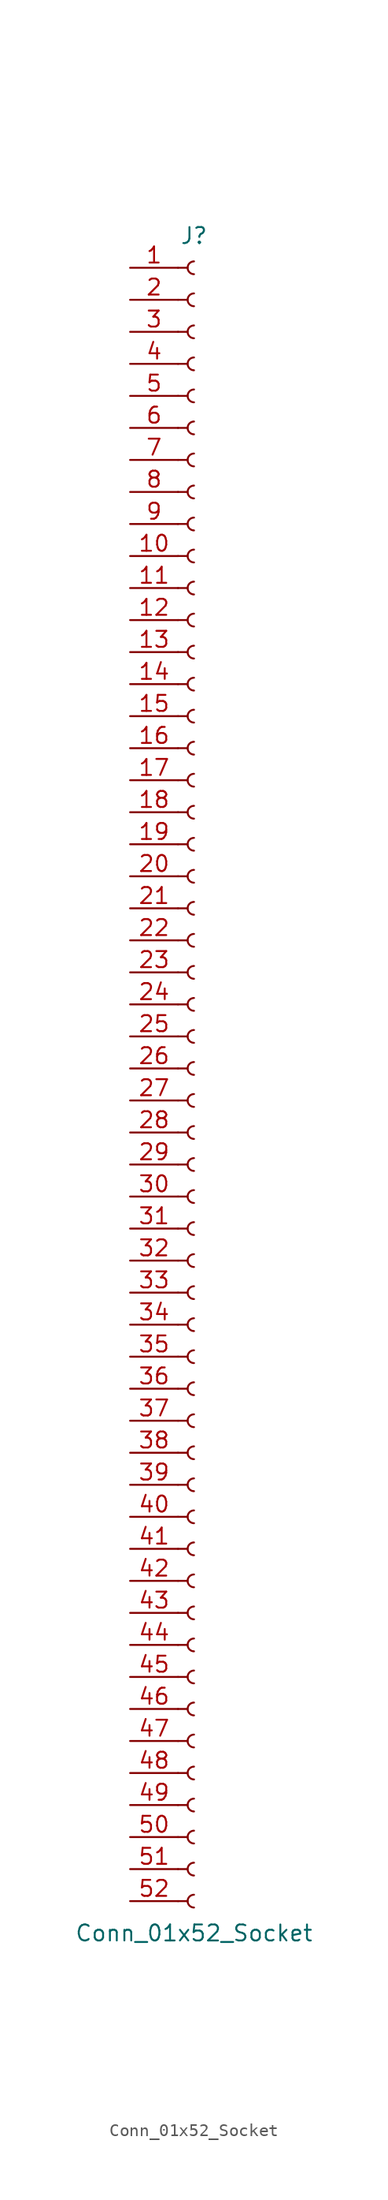
<source format=kicad_sym>
(kicad_symbol_lib
  (version 20220914)
  (generator kicad_symbol_editor)
  (symbol "Conn_01x52_Socket"
    (pin_names
      (offset 1.016) hide)
    (property "Reference" "J"
      (at 0 66.04 0)
      (effects (font (size 1.27 1.27))))
    (property "Value" "Conn_01x52_Socket"
      (at 0 -68.58 0)
      (effects (font (size 1.27 1.27))))
    (property "ki_locked" ""
      (at 0 0 0)
      (effects (font (size 1.27 1.27))))
    (symbol "Conn_01x52_Socket_1_1"
      (arc (start 0 -65.532) (mid -0.5058 -66.04) (end 0 -66.548) (stroke (width 0.1524) (type default)) (fill (type none)))
      (arc (start 0 -62.992) (mid -0.5058 -63.5) (end 0 -64.008) (stroke (width 0.1524) (type default)) (fill (type none)))
      (arc (start 0 -60.452) (mid -0.5058 -60.96) (end 0 -61.468) (stroke (width 0.1524) (type default)) (fill (type none)))
      (arc (start 0 -57.912) (mid -0.5058 -58.42) (end 0 -58.928) (stroke (width 0.1524) (type default)) (fill (type none)))
      (arc (start 0 -55.372) (mid -0.5058 -55.88) (end 0 -56.388) (stroke (width 0.1524) (type default)) (fill (type none)))
      (arc (start 0 -52.832) (mid -0.5058 -53.34) (end 0 -53.848) (stroke (width 0.1524) (type default)) (fill (type none)))
      (arc (start 0 -50.292) (mid -0.5058 -50.8) (end 0 -51.308) (stroke (width 0.1524) (type default)) (fill (type none)))
      (arc (start 0 -47.752) (mid -0.5058 -48.26) (end 0 -48.768) (stroke (width 0.1524) (type default)) (fill (type none)))
      (arc (start 0 -45.212) (mid -0.5058 -45.72) (end 0 -46.228) (stroke (width 0.1524) (type default)) (fill (type none)))
      (arc (start 0 -42.672) (mid -0.5058 -43.18) (end 0 -43.688) (stroke (width 0.1524) (type default)) (fill (type none)))
      (arc (start 0 -40.132) (mid -0.5058 -40.64) (end 0 -41.148) (stroke (width 0.1524) (type default)) (fill (type none)))
      (arc (start 0 -37.592) (mid -0.5058 -38.1) (end 0 -38.608) (stroke (width 0.1524) (type default)) (fill (type none)))
      (arc (start 0 -35.052) (mid -0.5058 -35.56) (end 0 -36.068) (stroke (width 0.1524) (type default)) (fill (type none)))
      (arc (start 0 -32.512) (mid -0.5058 -33.02) (end 0 -33.528) (stroke (width 0.1524) (type default)) (fill (type none)))
      (arc (start 0 -29.972) (mid -0.5058 -30.48) (end 0 -30.988) (stroke (width 0.1524) (type default)) (fill (type none)))
      (arc (start 0 -27.432) (mid -0.5058 -27.94) (end 0 -28.448) (stroke (width 0.1524) (type default)) (fill (type none)))
      (arc (start 0 -24.892) (mid -0.5058 -25.4) (end 0 -25.908) (stroke (width 0.1524) (type default)) (fill (type none)))
      (arc (start 0 -22.352) (mid -0.5058 -22.86) (end 0 -23.368) (stroke (width 0.1524) (type default)) (fill (type none)))
      (arc (start 0 -19.812) (mid -0.5058 -20.32) (end 0 -20.828) (stroke (width 0.1524) (type default)) (fill (type none)))
      (arc (start 0 -17.272) (mid -0.5058 -17.78) (end 0 -18.288) (stroke (width 0.1524) (type default)) (fill (type none)))
      (arc (start 0 -14.732) (mid -0.5058 -15.24) (end 0 -15.748) (stroke (width 0.1524) (type default)) (fill (type none)))
      (arc (start 0 -12.192) (mid -0.5058 -12.7) (end 0 -13.208) (stroke (width 0.1524) (type default)) (fill (type none)))
      (arc (start 0 -9.652) (mid -0.5058 -10.16) (end 0 -10.668) (stroke (width 0.1524) (type default)) (fill (type none)))
      (arc (start 0 -7.112) (mid -0.5058 -7.62) (end 0 -8.128) (stroke (width 0.1524) (type default)) (fill (type none)))
      (arc (start 0 -4.572) (mid -0.5058 -5.08) (end 0 -5.588) (stroke (width 0.1524) (type default)) (fill (type none)))
      (arc (start 0 -2.032) (mid -0.5058 -2.54) (end 0 -3.048) (stroke (width 0.1524) (type default)) (fill (type none)))
      (polyline (pts (xy -1.27 -66.04) (xy -0.508 -66.04)) (stroke (width 0.152) (type default)) (fill (type none)))
      (polyline (pts (xy -1.27 -63.5) (xy -0.508 -63.5)) (stroke (width 0.152) (type default)) (fill (type none)))
      (polyline (pts (xy -1.27 -60.96) (xy -0.508 -60.96)) (stroke (width 0.152) (type default)) (fill (type none)))
      (polyline (pts (xy -1.27 -58.42) (xy -0.508 -58.42)) (stroke (width 0.152) (type default)) (fill (type none)))
      (polyline (pts (xy -1.27 -55.88) (xy -0.508 -55.88)) (stroke (width 0.152) (type default)) (fill (type none)))
      (polyline (pts (xy -1.27 -53.34) (xy -0.508 -53.34)) (stroke (width 0.152) (type default)) (fill (type none)))
      (polyline (pts (xy -1.27 -50.8) (xy -0.508 -50.8)) (stroke (width 0.152) (type default)) (fill (type none)))
      (polyline (pts (xy -1.27 -48.26) (xy -0.508 -48.26)) (stroke (width 0.152) (type default)) (fill (type none)))
      (polyline (pts (xy -1.27 -45.72) (xy -0.508 -45.72)) (stroke (width 0.152) (type default)) (fill (type none)))
      (polyline (pts (xy -1.27 -43.18) (xy -0.508 -43.18)) (stroke (width 0.152) (type default)) (fill (type none)))
      (polyline (pts (xy -1.27 -40.64) (xy -0.508 -40.64)) (stroke (width 0.152) (type default)) (fill (type none)))
      (polyline (pts (xy -1.27 -38.1) (xy -0.508 -38.1)) (stroke (width 0.152) (type default)) (fill (type none)))
      (polyline (pts (xy -1.27 -35.56) (xy -0.508 -35.56)) (stroke (width 0.152) (type default)) (fill (type none)))
      (polyline (pts (xy -1.27 -33.02) (xy -0.508 -33.02)) (stroke (width 0.152) (type default)) (fill (type none)))
      (polyline (pts (xy -1.27 -30.48) (xy -0.508 -30.48)) (stroke (width 0.152) (type default)) (fill (type none)))
      (polyline (pts (xy -1.27 -27.94) (xy -0.508 -27.94)) (stroke (width 0.152) (type default)) (fill (type none)))
      (polyline (pts (xy -1.27 -25.4) (xy -0.508 -25.4)) (stroke (width 0.152) (type default)) (fill (type none)))
      (polyline (pts (xy -1.27 -22.86) (xy -0.508 -22.86)) (stroke (width 0.152) (type default)) (fill (type none)))
      (polyline (pts (xy -1.27 -20.32) (xy -0.508 -20.32)) (stroke (width 0.152) (type default)) (fill (type none)))
      (polyline (pts (xy -1.27 -17.78) (xy -0.508 -17.78)) (stroke (width 0.152) (type default)) (fill (type none)))
      (polyline (pts (xy -1.27 -15.24) (xy -0.508 -15.24)) (stroke (width 0.152) (type default)) (fill (type none)))
      (polyline (pts (xy -1.27 -12.7) (xy -0.508 -12.7)) (stroke (width 0.152) (type default)) (fill (type none)))
      (polyline (pts (xy -1.27 -10.16) (xy -0.508 -10.16)) (stroke (width 0.152) (type default)) (fill (type none)))
      (polyline (pts (xy -1.27 -7.62) (xy -0.508 -7.62)) (stroke (width 0.152) (type default)) (fill (type none)))
      (polyline (pts (xy -1.27 -5.08) (xy -0.508 -5.08)) (stroke (width 0.152) (type default)) (fill (type none)))
      (polyline (pts (xy -1.27 -2.54) (xy -0.508 -2.54)) (stroke (width 0.152) (type default)) (fill (type none)))
      (polyline (pts (xy -1.27 0) (xy -0.508 0)) (stroke (width 0.152) (type default)) (fill (type none)))
      (polyline (pts (xy -1.27 2.54) (xy -0.508 2.54)) (stroke (width 0.152) (type default)) (fill (type none)))
      (polyline (pts (xy -1.27 5.08) (xy -0.508 5.08)) (stroke (width 0.152) (type default)) (fill (type none)))
      (polyline (pts (xy -1.27 7.62) (xy -0.508 7.62)) (stroke (width 0.152) (type default)) (fill (type none)))
      (polyline (pts (xy -1.27 10.16) (xy -0.508 10.16)) (stroke (width 0.152) (type default)) (fill (type none)))
      (polyline (pts (xy -1.27 12.7) (xy -0.508 12.7)) (stroke (width 0.152) (type default)) (fill (type none)))
      (polyline (pts (xy -1.27 15.24) (xy -0.508 15.24)) (stroke (width 0.152) (type default)) (fill (type none)))
      (polyline (pts (xy -1.27 17.78) (xy -0.508 17.78)) (stroke (width 0.152) (type default)) (fill (type none)))
      (polyline (pts (xy -1.27 20.32) (xy -0.508 20.32)) (stroke (width 0.152) (type default)) (fill (type none)))
      (polyline (pts (xy -1.27 22.86) (xy -0.508 22.86)) (stroke (width 0.152) (type default)) (fill (type none)))
      (polyline (pts (xy -1.27 25.4) (xy -0.508 25.4)) (stroke (width 0.152) (type default)) (fill (type none)))
      (polyline (pts (xy -1.27 27.94) (xy -0.508 27.94)) (stroke (width 0.152) (type default)) (fill (type none)))
      (polyline (pts (xy -1.27 30.48) (xy -0.508 30.48)) (stroke (width 0.152) (type default)) (fill (type none)))
      (polyline (pts (xy -1.27 33.02) (xy -0.508 33.02)) (stroke (width 0.152) (type default)) (fill (type none)))
      (polyline (pts (xy -1.27 35.56) (xy -0.508 35.56)) (stroke (width 0.152) (type default)) (fill (type none)))
      (polyline (pts (xy -1.27 38.1) (xy -0.508 38.1)) (stroke (width 0.152) (type default)) (fill (type none)))
      (polyline (pts (xy -1.27 40.64) (xy -0.508 40.64)) (stroke (width 0.152) (type default)) (fill (type none)))
      (polyline (pts (xy -1.27 43.18) (xy -0.508 43.18)) (stroke (width 0.152) (type default)) (fill (type none)))
      (polyline (pts (xy -1.27 45.72) (xy -0.508 45.72)) (stroke (width 0.152) (type default)) (fill (type none)))
      (polyline (pts (xy -1.27 48.26) (xy -0.508 48.26)) (stroke (width 0.152) (type default)) (fill (type none)))
      (polyline (pts (xy -1.27 50.8) (xy -0.508 50.8)) (stroke (width 0.152) (type default)) (fill (type none)))
      (polyline (pts (xy -1.27 53.34) (xy -0.508 53.34)) (stroke (width 0.152) (type default)) (fill (type none)))
      (polyline (pts (xy -1.27 55.88) (xy -0.508 55.88)) (stroke (width 0.152) (type default)) (fill (type none)))
      (polyline (pts (xy -1.27 58.42) (xy -0.508 58.42)) (stroke (width 0.152) (type default)) (fill (type none)))
      (polyline (pts (xy -1.27 60.96) (xy -0.508 60.96)) (stroke (width 0.152) (type default)) (fill (type none)))
      (polyline (pts (xy -1.27 63.5) (xy -0.508 63.5)) (stroke (width 0.152) (type default)) (fill (type none)))
      (arc (start 0 0.508) (mid -0.5058 0) (end 0 -0.508) (stroke (width 0.1524) (type default)) (fill (type none)))
      (arc (start 0 3.048) (mid -0.5058 2.54) (end 0 2.032) (stroke (width 0.1524) (type default)) (fill (type none)))
      (arc (start 0 5.588) (mid -0.5058 5.08) (end 0 4.572) (stroke (width 0.1524) (type default)) (fill (type none)))
      (arc (start 0 8.128) (mid -0.5058 7.62) (end 0 7.112) (stroke (width 0.1524) (type default)) (fill (type none)))
      (arc (start 0 10.668) (mid -0.5058 10.16) (end 0 9.652) (stroke (width 0.1524) (type default)) (fill (type none)))
      (arc (start 0 13.208) (mid -0.5058 12.7) (end 0 12.192) (stroke (width 0.1524) (type default)) (fill (type none)))
      (arc (start 0 15.748) (mid -0.5058 15.24) (end 0 14.732) (stroke (width 0.1524) (type default)) (fill (type none)))
      (arc (start 0 18.288) (mid -0.5058 17.78) (end 0 17.272) (stroke (width 0.1524) (type default)) (fill (type none)))
      (arc (start 0 20.828) (mid -0.5058 20.32) (end 0 19.812) (stroke (width 0.1524) (type default)) (fill (type none)))
      (arc (start 0 23.368) (mid -0.5058 22.86) (end 0 22.352) (stroke (width 0.1524) (type default)) (fill (type none)))
      (arc (start 0 25.908) (mid -0.5058 25.4) (end 0 24.892) (stroke (width 0.1524) (type default)) (fill (type none)))
      (arc (start 0 28.448) (mid -0.5058 27.94) (end 0 27.432) (stroke (width 0.1524) (type default)) (fill (type none)))
      (arc (start 0 30.988) (mid -0.5058 30.48) (end 0 29.972) (stroke (width 0.1524) (type default)) (fill (type none)))
      (arc (start 0 33.528) (mid -0.5058 33.02) (end 0 32.512) (stroke (width 0.1524) (type default)) (fill (type none)))
      (arc (start 0 36.068) (mid -0.5058 35.56) (end 0 35.052) (stroke (width 0.1524) (type default)) (fill (type none)))
      (arc (start 0 38.608) (mid -0.5058 38.1) (end 0 37.592) (stroke (width 0.1524) (type default)) (fill (type none)))
      (arc (start 0 41.148) (mid -0.5058 40.64) (end 0 40.132) (stroke (width 0.1524) (type default)) (fill (type none)))
      (arc (start 0 43.688) (mid -0.5058 43.18) (end 0 42.672) (stroke (width 0.1524) (type default)) (fill (type none)))
      (arc (start 0 46.228) (mid -0.5058 45.72) (end 0 45.212) (stroke (width 0.1524) (type default)) (fill (type none)))
      (arc (start 0 48.768) (mid -0.5058 48.26) (end 0 47.752) (stroke (width 0.1524) (type default)) (fill (type none)))
      (arc (start 0 51.308) (mid -0.5058 50.8) (end 0 50.292) (stroke (width 0.1524) (type default)) (fill (type none)))
      (arc (start 0 53.848) (mid -0.5058 53.34) (end 0 52.832) (stroke (width 0.1524) (type default)) (fill (type none)))
      (arc (start 0 56.388) (mid -0.5058 55.88) (end 0 55.372) (stroke (width 0.1524) (type default)) (fill (type none)))
      (arc (start 0 58.928) (mid -0.5058 58.42) (end 0 57.912) (stroke (width 0.1524) (type default)) (fill (type none)))
      (arc (start 0 61.468) (mid -0.5058 60.96) (end 0 60.452) (stroke (width 0.1524) (type default)) (fill (type none)))
      (arc (start 0 64.008) (mid -0.5058 63.5) (end 0 62.992) (stroke (width 0.1524) (type default)) (fill (type none)))
      (pin passive line (at -5.08 63.5 0) (length 3.81) (name "Pin_1" (effects (font (size 1.27 1.27)))) (number "1" (effects (font (size 1.27 1.27)))))
      (pin passive line (at -5.08 40.64 0) (length 3.81) (name "Pin_10" (effects (font (size 1.27 1.27)))) (number "10" (effects (font (size 1.27 1.27)))))
      (pin passive line (at -5.08 38.1 0) (length 3.81) (name "Pin_11" (effects (font (size 1.27 1.27)))) (number "11" (effects (font (size 1.27 1.27)))))
      (pin passive line (at -5.08 35.56 0) (length 3.81) (name "Pin_12" (effects (font (size 1.27 1.27)))) (number "12" (effects (font (size 1.27 1.27)))))
      (pin passive line (at -5.08 33.02 0) (length 3.81) (name "Pin_13" (effects (font (size 1.27 1.27)))) (number "13" (effects (font (size 1.27 1.27)))))
      (pin passive line (at -5.08 30.48 0) (length 3.81) (name "Pin_14" (effects (font (size 1.27 1.27)))) (number "14" (effects (font (size 1.27 1.27)))))
      (pin passive line (at -5.08 27.94 0) (length 3.81) (name "Pin_15" (effects (font (size 1.27 1.27)))) (number "15" (effects (font (size 1.27 1.27)))))
      (pin passive line (at -5.08 25.4 0) (length 3.81) (name "Pin_16" (effects (font (size 1.27 1.27)))) (number "16" (effects (font (size 1.27 1.27)))))
      (pin passive line (at -5.08 22.86 0) (length 3.81) (name "Pin_17" (effects (font (size 1.27 1.27)))) (number "17" (effects (font (size 1.27 1.27)))))
      (pin passive line (at -5.08 20.32 0) (length 3.81) (name "Pin_18" (effects (font (size 1.27 1.27)))) (number "18" (effects (font (size 1.27 1.27)))))
      (pin passive line (at -5.08 17.78 0) (length 3.81) (name "Pin_19" (effects (font (size 1.27 1.27)))) (number "19" (effects (font (size 1.27 1.27)))))
      (pin passive line (at -5.08 60.96 0) (length 3.81) (name "Pin_2" (effects (font (size 1.27 1.27)))) (number "2" (effects (font (size 1.27 1.27)))))
      (pin passive line (at -5.08 15.24 0) (length 3.81) (name "Pin_20" (effects (font (size 1.27 1.27)))) (number "20" (effects (font (size 1.27 1.27)))))
      (pin passive line (at -5.08 12.7 0) (length 3.81) (name "Pin_21" (effects (font (size 1.27 1.27)))) (number "21" (effects (font (size 1.27 1.27)))))
      (pin passive line (at -5.08 10.16 0) (length 3.81) (name "Pin_22" (effects (font (size 1.27 1.27)))) (number "22" (effects (font (size 1.27 1.27)))))
      (pin passive line (at -5.08 7.62 0) (length 3.81) (name "Pin_23" (effects (font (size 1.27 1.27)))) (number "23" (effects (font (size 1.27 1.27)))))
      (pin passive line (at -5.08 5.08 0) (length 3.81) (name "Pin_24" (effects (font (size 1.27 1.27)))) (number "24" (effects (font (size 1.27 1.27)))))
      (pin passive line (at -5.08 2.54 0) (length 3.81) (name "Pin_25" (effects (font (size 1.27 1.27)))) (number "25" (effects (font (size 1.27 1.27)))))
      (pin passive line (at -5.08 0 0) (length 3.81) (name "Pin_26" (effects (font (size 1.27 1.27)))) (number "26" (effects (font (size 1.27 1.27)))))
      (pin passive line (at -5.08 -2.54 0) (length 3.81) (name "Pin_27" (effects (font (size 1.27 1.27)))) (number "27" (effects (font (size 1.27 1.27)))))
      (pin passive line (at -5.08 -5.08 0) (length 3.81) (name "Pin_28" (effects (font (size 1.27 1.27)))) (number "28" (effects (font (size 1.27 1.27)))))
      (pin passive line (at -5.08 -7.62 0) (length 3.81) (name "Pin_29" (effects (font (size 1.27 1.27)))) (number "29" (effects (font (size 1.27 1.27)))))
      (pin passive line (at -5.08 58.42 0) (length 3.81) (name "Pin_3" (effects (font (size 1.27 1.27)))) (number "3" (effects (font (size 1.27 1.27)))))
      (pin passive line (at -5.08 -10.16 0) (length 3.81) (name "Pin_30" (effects (font (size 1.27 1.27)))) (number "30" (effects (font (size 1.27 1.27)))))
      (pin passive line (at -5.08 -12.7 0) (length 3.81) (name "Pin_31" (effects (font (size 1.27 1.27)))) (number "31" (effects (font (size 1.27 1.27)))))
      (pin passive line (at -5.08 -15.24 0) (length 3.81) (name "Pin_32" (effects (font (size 1.27 1.27)))) (number "32" (effects (font (size 1.27 1.27)))))
      (pin passive line (at -5.08 -17.78 0) (length 3.81) (name "Pin_33" (effects (font (size 1.27 1.27)))) (number "33" (effects (font (size 1.27 1.27)))))
      (pin passive line (at -5.08 -20.32 0) (length 3.81) (name "Pin_34" (effects (font (size 1.27 1.27)))) (number "34" (effects (font (size 1.27 1.27)))))
      (pin passive line (at -5.08 -22.86 0) (length 3.81) (name "Pin_35" (effects (font (size 1.27 1.27)))) (number "35" (effects (font (size 1.27 1.27)))))
      (pin passive line (at -5.08 -25.4 0) (length 3.81) (name "Pin_36" (effects (font (size 1.27 1.27)))) (number "36" (effects (font (size 1.27 1.27)))))
      (pin passive line (at -5.08 -27.94 0) (length 3.81) (name "Pin_37" (effects (font (size 1.27 1.27)))) (number "37" (effects (font (size 1.27 1.27)))))
      (pin passive line (at -5.08 -30.48 0) (length 3.81) (name "Pin_38" (effects (font (size 1.27 1.27)))) (number "38" (effects (font (size 1.27 1.27)))))
      (pin passive line (at -5.08 -33.02 0) (length 3.81) (name "Pin_39" (effects (font (size 1.27 1.27)))) (number "39" (effects (font (size 1.27 1.27)))))
      (pin passive line (at -5.08 55.88 0) (length 3.81) (name "Pin_4" (effects (font (size 1.27 1.27)))) (number "4" (effects (font (size 1.27 1.27)))))
      (pin passive line (at -5.08 -35.56 0) (length 3.81) (name "Pin_40" (effects (font (size 1.27 1.27)))) (number "40" (effects (font (size 1.27 1.27)))))
      (pin passive line (at -5.08 -38.1 0) (length 3.81) (name "Pin_41" (effects (font (size 1.27 1.27)))) (number "41" (effects (font (size 1.27 1.27)))))
      (pin passive line (at -5.08 -40.64 0) (length 3.81) (name "Pin_42" (effects (font (size 1.27 1.27)))) (number "42" (effects (font (size 1.27 1.27)))))
      (pin passive line (at -5.08 -43.18 0) (length 3.81) (name "Pin_43" (effects (font (size 1.27 1.27)))) (number "43" (effects (font (size 1.27 1.27)))))
      (pin passive line (at -5.08 -45.72 0) (length 3.81) (name "Pin_44" (effects (font (size 1.27 1.27)))) (number "44" (effects (font (size 1.27 1.27)))))
      (pin passive line (at -5.08 -48.26 0) (length 3.81) (name "Pin_45" (effects (font (size 1.27 1.27)))) (number "45" (effects (font (size 1.27 1.27)))))
      (pin passive line (at -5.08 -50.8 0) (length 3.81) (name "Pin_46" (effects (font (size 1.27 1.27)))) (number "46" (effects (font (size 1.27 1.27)))))
      (pin passive line (at -5.08 -53.34 0) (length 3.81) (name "Pin_47" (effects (font (size 1.27 1.27)))) (number "47" (effects (font (size 1.27 1.27)))))
      (pin passive line (at -5.08 -55.88 0) (length 3.81) (name "Pin_48" (effects (font (size 1.27 1.27)))) (number "48" (effects (font (size 1.27 1.27)))))
      (pin passive line (at -5.08 -58.42 0) (length 3.81) (name "Pin_49" (effects (font (size 1.27 1.27)))) (number "49" (effects (font (size 1.27 1.27)))))
      (pin passive line (at -5.08 53.34 0) (length 3.81) (name "Pin_5" (effects (font (size 1.27 1.27)))) (number "5" (effects (font (size 1.27 1.27)))))
      (pin passive line (at -5.08 -60.96 0) (length 3.81) (name "Pin_50" (effects (font (size 1.27 1.27)))) (number "50" (effects (font (size 1.27 1.27)))))
      (pin passive line (at -5.08 -63.5 0) (length 3.81) (name "Pin_51" (effects (font (size 1.27 1.27)))) (number "51" (effects (font (size 1.27 1.27)))))
      (pin passive line (at -5.08 -66.04 0) (length 3.81) (name "Pin_52" (effects (font (size 1.27 1.27)))) (number "52" (effects (font (size 1.27 1.27)))))
      (pin passive line (at -5.08 50.8 0) (length 3.81) (name "Pin_6" (effects (font (size 1.27 1.27)))) (number "6" (effects (font (size 1.27 1.27)))))
      (pin passive line (at -5.08 48.26 0) (length 3.81) (name "Pin_7" (effects (font (size 1.27 1.27)))) (number "7" (effects (font (size 1.27 1.27)))))
      (pin passive line (at -5.08 45.72 0) (length 3.81) (name "Pin_8" (effects (font (size 1.27 1.27)))) (number "8" (effects (font (size 1.27 1.27)))))
      (pin passive line (at -5.08 43.18 0) (length 3.81) (name "Pin_9" (effects (font (size 1.27 1.27)))) (number "9" (effects (font (size 1.27 1.27))))))))
</source>
